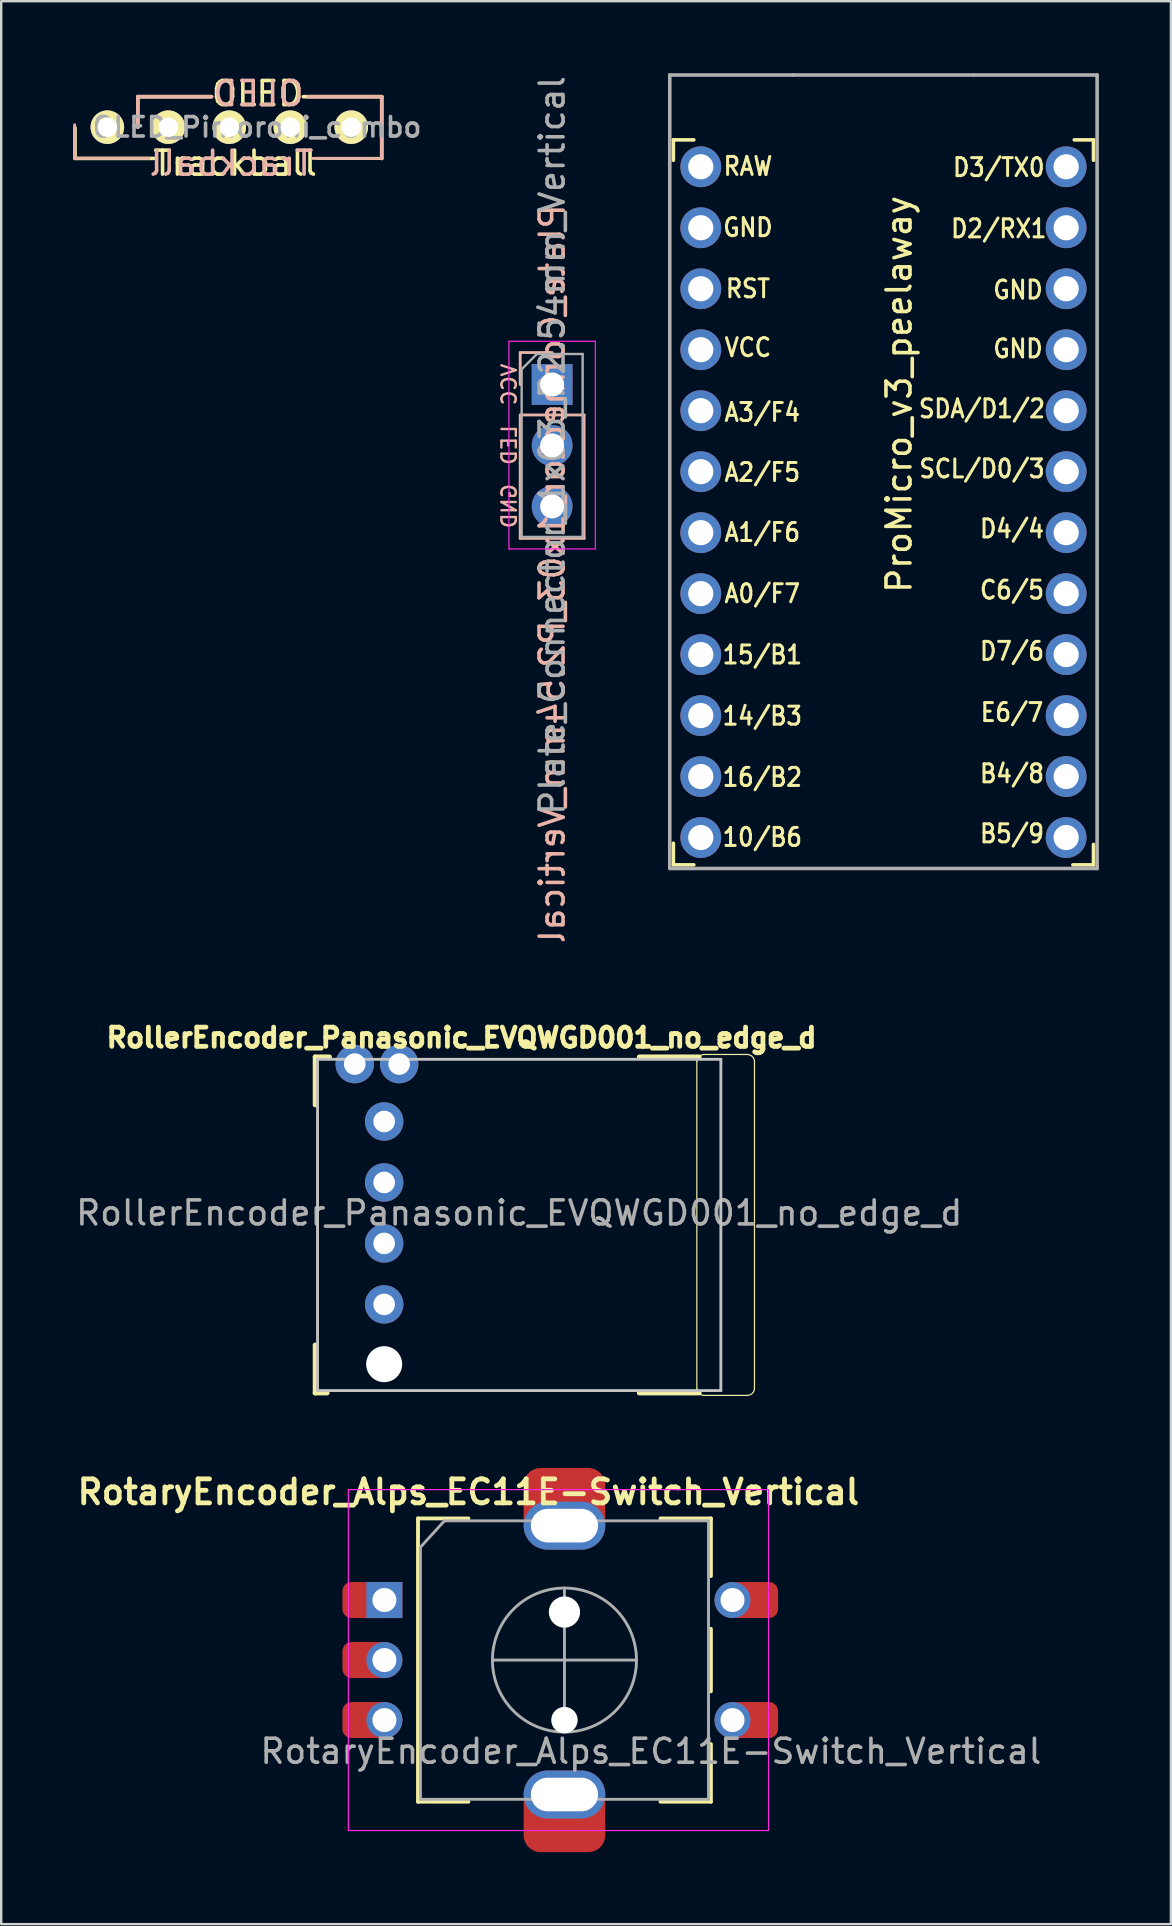
<source format=kicad_pcb>
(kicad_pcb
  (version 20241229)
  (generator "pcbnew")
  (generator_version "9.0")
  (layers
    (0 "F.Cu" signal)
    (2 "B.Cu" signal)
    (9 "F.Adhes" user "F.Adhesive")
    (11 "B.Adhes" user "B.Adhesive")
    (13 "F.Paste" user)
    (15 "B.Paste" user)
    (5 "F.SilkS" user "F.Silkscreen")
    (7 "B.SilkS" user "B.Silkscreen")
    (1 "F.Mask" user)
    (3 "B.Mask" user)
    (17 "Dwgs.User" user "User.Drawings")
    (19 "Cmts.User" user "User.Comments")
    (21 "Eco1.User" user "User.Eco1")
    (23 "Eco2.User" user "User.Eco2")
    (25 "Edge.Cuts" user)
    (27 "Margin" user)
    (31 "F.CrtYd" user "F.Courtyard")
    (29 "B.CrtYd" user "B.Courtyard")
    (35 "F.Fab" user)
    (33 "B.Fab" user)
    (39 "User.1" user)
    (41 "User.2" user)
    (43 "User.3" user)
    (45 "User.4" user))
  (footprint "ProMicro_v3_peelaway"
    (layer "F.Cu")
    (at 33.749 18.375)
    (property "Reference" "ProMicro_v3_peelaway" (at 0.65 -5 270) (layer "F.SilkS") (effects (font (size 1 1) (thickness 0.15))))
    (attr through_hole)
    (fp_line (start -8.75 -15.6) (end -8.75 -14.75) (stroke (width 0.15) (type solid)) (layer "F.SilkS"))
    (fp_line (start -8.75 -15.6) (end -7.9 -15.6) (stroke (width 0.15) (type solid)) (layer "F.SilkS"))
    (fp_line (start -8.75 13.7) (end -8.75 14.6) (stroke (width 0.15) (type solid)) (layer "F.SilkS"))
    (fp_line (start -8.75 14.6) (end -7.9 14.6) (stroke (width 0.15) (type solid)) (layer "F.SilkS"))
    (fp_line (start 8.75 -15.6) (end 7.95 -15.6) (stroke (width 0.15) (type solid)) (layer "F.SilkS"))
    (fp_line (start 8.75 -15.6) (end 8.75 -14.75) (stroke (width 0.15) (type solid)) (layer "F.SilkS"))
    (fp_line (start 8.75 13.75) (end 8.75 14.6) (stroke (width 0.15) (type solid)) (layer "F.SilkS"))
    (fp_line (start 8.75 14.6) (end 7.89 14.6) (stroke (width 0.15) (type solid)) (layer "F.SilkS"))
    (fp_line (start -8.9 -18.3) (end -3.75 -18.3) (stroke (width 0.15) (type solid)) (layer "F.Fab"))
    (fp_line (start -8.9 14.75) (end -8.9 -18.3) (stroke (width 0.15) (type solid)) (layer "F.Fab"))
    (fp_line (start -3.75 -18.3) (end 3.75 -18.3) (stroke (width 0.15) (type solid)) (layer "F.Fab"))
    (fp_line (start 3.76 -18.3) (end 8.9 -18.3) (stroke (width 0.15) (type solid)) (layer "F.Fab"))
    (fp_line (start 8.9 -18.3) (end 8.9 14.75) (stroke (width 0.15) (type solid)) (layer "F.Fab"))
    (fp_line (start 8.9 14.75) (end -8.9 14.75) (stroke (width 0.15) (type solid)) (layer "F.Fab"))
    (fp_text user "D4/4" (at 5.355 0.6 0) (unlocked yes) (layer "F.SilkS") (effects (font (size 0.75 0.67) (thickness 0.125))))
    (fp_text user "D3/TX0" (at 4.805 -14.45 0) (unlocked yes) (layer "F.SilkS") (effects (font (size 0.75 0.67) (thickness 0.125))))
    (fp_text user "GND" (at 5.605 -6.9 0) (unlocked yes) (layer "F.SilkS") (effects (font (size 0.75 0.67) (thickness 0.125))))
    (fp_text user "A1/F6" (at -5.045 0.75 0) (unlocked yes) (layer "F.SilkS") (effects (font (size 0.75 0.67) (thickness 0.125))))
    (fp_text user "16/B2" (at -5.045 10.95 0) (unlocked yes) (layer "F.SilkS") (effects (font (size 0.75 0.67) (thickness 0.125))))
    (fp_text user "C6/5" (at 5.355 3.15 0) (unlocked yes) (layer "F.SilkS") (effects (font (size 0.75 0.67) (thickness 0.125))))
    (fp_text user "RST" (at -5.645 -9.4 0) (unlocked yes) (layer "F.SilkS") (effects (font (size 0.75 0.67) (thickness 0.125))))
    (fp_text user "GND" (at -5.645 -11.95 0) (unlocked yes) (layer "F.SilkS") (effects (font (size 0.75 0.67) (thickness 0.125))))
    (fp_text user "SCL/D0/3" (at 4.105 -1.9 0) (unlocked yes) (layer "F.SilkS") (effects (font (size 0.75 0.67) (thickness 0.125))))
    (fp_text user "D2/RX1" (at 4.805 -11.9 0) (unlocked yes) (layer "F.SilkS") (effects (font (size 0.75 0.67) (thickness 0.125))))
    (fp_text user "RAW" (at -5.645 -14.5 0) (unlocked yes) (layer "F.SilkS") (effects (font (size 0.75 0.67) (thickness 0.125))))
    (fp_text user "15/B1" (at -5.045 5.85 0) (unlocked yes) (layer "F.SilkS") (effects (font (size 0.75 0.67) (thickness 0.125))))
    (fp_text user "A2/F5" (at -5.045 -1.75 0) (unlocked yes) (layer "F.SilkS") (effects (font (size 0.75 0.67) (thickness 0.125))))
    (fp_text user "E6/7" (at 5.355 8.25 0) (unlocked yes) (layer "F.SilkS") (effects (font (size 0.75 0.67) (thickness 0.125))))
    (fp_text user "VCC" (at -5.645 -6.95 0) (unlocked yes) (layer "F.SilkS") (effects (font (size 0.75 0.67) (thickness 0.125))))
    (fp_text user "GND" (at 5.605 -9.35 0) (unlocked yes) (layer "F.SilkS") (effects (font (size 0.75 0.67) (thickness 0.125))))
    (fp_text user "B5/9" (at 5.355 13.3 0) (unlocked yes) (layer "F.SilkS") (effects (font (size 0.75 0.67) (thickness 0.125))))
    (fp_text user "SDA/D1/2" (at 4.105 -4.4 0) (unlocked yes) (layer "F.SilkS") (effects (font (size 0.75 0.67) (thickness 0.125))))
    (fp_text user "A0/F7" (at -5.045 3.3 0) (unlocked yes) (layer "F.SilkS") (effects (font (size 0.75 0.67) (thickness 0.125))))
    (fp_text user "B4/8" (at 5.355 10.8 0) (unlocked yes) (layer "F.SilkS") (effects (font (size 0.75 0.67) (thickness 0.125))))
    (fp_text user "A3/F4" (at -5.045 -4.25 0) (unlocked yes) (layer "F.SilkS") (effects (font (size 0.75 0.67) (thickness 0.125))))
    (fp_text user "10/B6" (at -5.045 13.45 0) (unlocked yes) (layer "F.SilkS") (effects (font (size 0.75 0.67) (thickness 0.125))))
    (fp_text user "14/B3" (at -5.045 8.4 0) (unlocked yes) (layer "F.SilkS") (effects (font (size 0.75 0.67) (thickness 0.125))))
    (fp_text user "D7/6" (at 5.355 5.7 0) (unlocked yes) (layer "F.SilkS") (effects (font (size 0.75 0.67) (thickness 0.125))))
    (pad "1" thru_hole circle (at 7.611 -14.478) (size 1.7 1.7) (drill 1.05) (layers "*.Cu" "B.Mask"))
    (pad "2" thru_hole circle (at 7.611 -11.938) (size 1.7 1.7) (drill 1.05) (layers "*.Cu" "B.Mask"))
    (pad "3" thru_hole circle (at 7.611 -9.398) (size 1.7 1.7) (drill 1.05) (layers "*.Cu" "B.Mask"))
    (pad "4" thru_hole circle (at 7.611 -6.858) (size 1.7 1.7) (drill 1.05) (layers "*.Cu" "B.Mask"))
    (pad "5" thru_hole circle (at 7.611 -4.318) (size 1.7 1.7) (drill 1.05) (layers "*.Cu" "B.Mask"))
    (pad "6" thru_hole circle (at 7.611 -1.778) (size 1.7 1.7) (drill 1.05) (layers "*.Cu" "B.Mask"))
    (pad "7" thru_hole circle (at 7.611 0.762) (size 1.7 1.7) (drill 1.05) (layers "*.Cu" "B.Mask"))
    (pad "8" thru_hole circle (at 7.611 3.302) (size 1.7 1.7) (drill 1.05) (layers "*.Cu" "B.Mask"))
    (pad "9" thru_hole circle (at 7.611 5.842) (size 1.7 1.7) (drill 1.05) (layers "*.Cu" "B.Mask"))
    (pad "10" thru_hole circle (at 7.611 8.382) (size 1.7 1.7) (drill 1.05) (layers "*.Cu" "B.Mask"))
    (pad "11" thru_hole circle (at 7.611 10.922) (size 1.7 1.7) (drill 1.05) (layers "*.Cu" "B.Mask"))
    (pad "12" thru_hole circle (at 7.611 13.462) (size 1.7 1.7) (drill 1.05) (layers "*.Cu" "B.Mask"))
    (pad "13" thru_hole circle (at -7.609 13.462) (size 1.7 1.7) (drill 1.05) (layers "*.Cu" "B.Mask"))
    (pad "14" thru_hole circle (at -7.609 10.922) (size 1.7 1.7) (drill 1.05) (layers "*.Cu" "B.Mask"))
    (pad "15" thru_hole circle (at -7.609 8.382) (size 1.7 1.7) (drill 1.05) (layers "*.Cu" "B.Mask"))
    (pad "16" thru_hole circle (at -7.609 5.842) (size 1.7 1.7) (drill 1.05) (layers "*.Cu" "B.Mask"))
    (pad "17" thru_hole circle (at -7.609 3.302) (size 1.7 1.7) (drill 1.05) (layers "*.Cu" "B.Mask"))
    (pad "18" thru_hole circle (at -7.609 0.762) (size 1.7 1.7) (drill 1.05) (layers "*.Cu" "B.Mask"))
    (pad "19" thru_hole circle (at -7.609 -1.778) (size 1.7 1.7) (drill 1.05) (layers "*.Cu" "B.Mask"))
    (pad "20" thru_hole circle (at -7.609 -4.318) (size 1.7 1.7) (drill 1.05) (layers "*.Cu" "B.Mask"))
    (pad "21" thru_hole circle (at -7.609 -6.858) (size 1.7 1.7) (drill 1.05) (layers "*.Cu" "B.Mask"))
    (pad "22" thru_hole circle (at -7.609 -9.398) (size 1.7 1.7) (drill 1.05) (layers "*.Cu" "B.Mask"))
    (pad "23" thru_hole circle (at -7.609 -11.938) (size 1.7 1.7) (drill 1.05) (layers "*.Cu" "B.Mask"))
    (pad "24" thru_hole circle (at -7.609 -14.478) (size 1.7 1.7) (drill 1.05) (layers "*.Cu" "B.Mask")))
  (footprint "OLED_Pimoroni_combo"
    (layer "F.Cu")
    (at 3.961 2.248)
    (property "Reference" "OLED_Pimoroni_combo" (at 3.7 0 180) (layer "F.Fab") (effects (font (size 0.813 0.813) (thickness 0.15))))
    (attr through_hole)
    (fp_line (start -3.886 1.3) (end -3.886 0.03) (stroke (width 0.15) (type solid)) (layer "F.SilkS"))
    (fp_line (start -3.886 1.3) (end -0.6 1.3) (stroke (width 0.15) (type solid)) (layer "F.SilkS"))
    (fp_line (start -1.27 -1.27) (end 1.8 -1.27) (stroke (width 0.15) (type solid)) (layer "F.SilkS"))
    (fp_line (start -1.27 0) (end -1.27 -1.27) (stroke (width 0.15) (type solid)) (layer "F.SilkS"))
    (fp_line (start 5.625 -1.27) (end 8.89 -1.27) (stroke (width 0.15) (type solid)) (layer "F.SilkS"))
    (fp_line (start 8.89 -1.27) (end 8.89 1.3) (stroke (width 0.15) (type solid)) (layer "F.SilkS"))
    (fp_line (start 8.89 1.3) (end 6.2 1.3) (stroke (width 0.12) (type solid)) (layer "F.SilkS"))
    (fp_line (start 8.9 1.3) (end 8.89 1.3) (stroke (width 0.12) (type solid)) (layer "F.SilkS"))
    (fp_line (start -3.9 1.3) (end -3.9 -0.1) (stroke (width 0.12) (type solid)) (layer "B.SilkS"))
    (fp_line (start -1.27 -1.27) (end 1.8 -1.27) (stroke (width 0.15) (type solid)) (layer "B.SilkS"))
    (fp_line (start -1.27 0) (end -1.27 -1.27) (stroke (width 0.15) (type solid)) (layer "B.SilkS"))
    (fp_line (start -0.8 1.3) (end -3.9 1.3) (stroke (width 0.12) (type solid)) (layer "B.SilkS"))
    (fp_line (start 5.82 -1.27) (end 8.89 -1.27) (stroke (width 0.15) (type solid)) (layer "B.SilkS"))
    (fp_line (start 8.89 -1.27) (end 8.89 1.3) (stroke (width 0.15) (type solid)) (layer "B.SilkS"))
    (fp_line (start 8.9 1.3) (end 6 1.3) (stroke (width 0.12) (type solid)) (layer "B.SilkS"))
    (fp_text user "Trackball" (at 2.784 1.5 0) (layer "F.SilkS") (effects (font (size 1 1) (thickness 0.15))))
    (fp_text user "OLED" (at 3.7 -1.4 0) (layer "F.SilkS") (effects (font (size 1 1) (thickness 0.15))))
    (fp_text user "Trackball" (at 2.632 1.5 0) (layer "B.SilkS") (effects (font (size 1 1) (thickness 0.15)) (justify mirror)))
    (fp_text user "OLED" (at 3.75 -1.4 0) (layer "B.SilkS") (effects (font (size 1 1) (thickness 0.15)) (justify mirror)))
    (pad "1" thru_hole circle (at -2.54 0) (size 1.397 1.397) (drill 0.813) (layers "*.Cu" "B.Mask" "F.SilkS"))
    (pad "2" thru_hole circle (at 0 0) (size 1.397 1.397) (drill 0.813) (layers "*.Cu" "B.Mask" "F.SilkS"))
    (pad "3" thru_hole circle (at 2.54 0) (size 1.397 1.397) (drill 0.813) (layers "*.Cu" "B.Mask" "F.SilkS"))
    (pad "4" thru_hole circle (at 5.08 0) (size 1.397 1.397) (drill 0.813) (layers "*.Cu" "B.Mask" "F.SilkS"))
    (pad "5" thru_hole circle (at 7.62 0) (size 1.397 1.397) (drill 0.813) (layers "*.Cu" "B.Mask" "F.SilkS")))
  (footprint "RollerEncoder_Panasonic_EVQWGD001_no_edge_d"
    (layer "F.Cu")
    (at 18.577 47.474)
    (property "Reference" "RollerEncoder_Panasonic_EVQWGD001_no_edge_d" (at 0 0 180) (layer "F.Fab") (effects (font (size 1 1) (thickness 0.15))))
    (attr through_hole)
    (fp_line (start -8.5 -6.5) (end -8.5 -4.5) (stroke (width 0.2) (type solid)) (layer "F.SilkS"))
    (fp_line (start -8.5 5.5) (end -8.5 7.5) (stroke (width 0.2) (type solid)) (layer "F.SilkS"))
    (fp_line (start -8.5 7.5) (end -8 7.5) (stroke (width 0.2) (type solid)) (layer "F.SilkS"))
    (fp_line (start -7.9 -6.5) (end -8.5 -6.5) (stroke (width 0.2) (type solid)) (layer "F.SilkS"))
    (fp_line (start 5 7.5) (end 7.5 7.5) (stroke (width 0.2) (type solid)) (layer "F.SilkS"))
    (fp_line (start 7.4 -6.3) (end 7.4 7.3) (stroke (width 0.05) (type solid)) (layer "F.SilkS"))
    (fp_line (start 7.5 -6.5) (end 5 -6.5) (stroke (width 0.2) (type solid)) (layer "F.SilkS"))
    (fp_line (start 7.7 7.6) (end 9.5 7.6) (stroke (width 0.05) (type solid)) (layer "F.SilkS"))
    (fp_line (start 9.5 -6.6) (end 7.7 -6.6) (stroke (width 0.05) (type solid)) (layer "F.SilkS"))
    (fp_line (start 9.8 7.3) (end 9.8 -6.3) (stroke (width 0.05) (type solid)) (layer "F.SilkS"))
    (fp_arc (start 7.4 -6.3) (mid 7.487868 -6.512132) (end 7.7 -6.6) (stroke (width 0.05) (type solid)) (layer "F.SilkS"))
    (fp_arc (start 7.7 7.6) (mid 7.487868 7.512132) (end 7.4 7.3) (stroke (width 0.05) (type solid)) (layer "F.SilkS"))
    (fp_arc (start 9.5 -6.6) (mid 9.712132 -6.512132) (end 9.8 -6.3) (stroke (width 0.05) (type solid)) (layer "F.SilkS"))
    (fp_arc (start 9.8 7.3) (mid 9.712132 7.512132) (end 9.5 7.6) (stroke (width 0.05) (type solid)) (layer "F.SilkS"))
    (fp_line (start -8.4 -6.4) (end 8.4 -6.4) (stroke (width 0.12) (type solid)) (layer "Dwgs.User"))
    (fp_line (start -8.4 7.4) (end -8.4 -6.4) (stroke (width 0.12) (type solid)) (layer "Dwgs.User"))
    (fp_line (start 8.4 -6.4) (end 8.4 7.4) (stroke (width 0.12) (type solid)) (layer "Dwgs.User"))
    (fp_line (start 8.4 7.4) (end -8.4 7.4) (stroke (width 0.12) (type solid)) (layer "Dwgs.User"))
    (fp_text user "${REFERENCE}" (at -2.4 -7.3 180) (layer "F.SilkS") (effects (font (size 0.8 0.8) (thickness 0.2))))
    (pad "" thru_hole circle (at -5.625 3.81) (size 1.6 1.6) (drill 0.9) (layers "*.Cu" "B.Mask"))
    (pad "" np_thru_hole circle (at -5.625 6.3) (size 1.5 1.5) (drill 1.5) (layers "*.Cu" "B.Mask"))
    (pad "A" thru_hole circle (at -5.625 -3.81) (size 1.6 1.6) (drill 0.9) (layers "*.Cu" "B.Mask"))
    (pad "B" thru_hole circle (at -5.625 -1.27) (size 1.6 1.6) (drill 0.9) (layers "*.Cu" "B.Mask"))
    (pad "C" thru_hole circle (at -5.625 1.27) (size 1.6 1.6) (drill 0.9) (layers "*.Cu" "B.Mask"))
    (pad "S1" thru_hole circle (at -6.85 -6.2) (size 1.6 1.6) (drill 0.9) (layers "*.Cu" "B.Mask"))
    (pad "S2" thru_hole circle (at -5 -6.2) (size 1.6 1.6) (drill 0.9) (layers "*.Cu" "B.Mask")))
  (footprint "Plate_Connector_1x03_P2.54mm_Vertical"
    (layer "F.Cu")
    (at 19.949 12.966)
    (property "Reference" "Plate_Connector_1x03_P2.54mm_Vertical" (at 0 7.883 90) (layer "B.SilkS") (effects (font (size 1 1) (thickness 0.15)) (justify mirror)))
    (attr through_hole)
    (fp_line (start -1.33 -1.33) (end 0 -1.33) (stroke (width 0.12) (type solid)) (layer "B.SilkS"))
    (fp_line (start -1.33 0) (end -1.33 -1.33) (stroke (width 0.12) (type solid)) (layer "B.SilkS"))
    (fp_line (start -1.33 1.27) (end -1.33 6.41) (stroke (width 0.12) (type solid)) (layer "B.SilkS"))
    (fp_line (start -1.33 1.27) (end 1.33 1.27) (stroke (width 0.12) (type solid)) (layer "B.SilkS"))
    (fp_line (start -1.33 6.41) (end 1.33 6.41) (stroke (width 0.12) (type solid)) (layer "B.SilkS"))
    (fp_line (start 1.33 1.27) (end 1.33 6.41) (stroke (width 0.12) (type solid)) (layer "B.SilkS"))
    (fp_line (start -1.8 -1.8) (end -1.8 6.85) (stroke (width 0.05) (type solid)) (layer "F.CrtYd"))
    (fp_line (start -1.8 6.85) (end 1.8 6.85) (stroke (width 0.05) (type solid)) (layer "F.CrtYd"))
    (fp_line (start 1.8 -1.8) (end -1.8 -1.8) (stroke (width 0.05) (type solid)) (layer "F.CrtYd"))
    (fp_line (start 1.8 6.85) (end 1.8 -1.8) (stroke (width 0.05) (type solid)) (layer "F.CrtYd"))
    (fp_line (start -1.27 -0.635) (end -0.635 -1.27) (stroke (width 0.1) (type solid)) (layer "F.Fab"))
    (fp_line (start -1.27 6.35) (end -1.27 -0.635) (stroke (width 0.1) (type solid)) (layer "F.Fab"))
    (fp_line (start -0.635 -1.27) (end 1.27 -1.27) (stroke (width 0.1) (type solid)) (layer "F.Fab"))
    (fp_line (start 1.27 -1.27) (end 1.27 6.35) (stroke (width 0.1) (type solid)) (layer "F.Fab"))
    (fp_line (start 1.27 6.35) (end -1.27 6.35) (stroke (width 0.1) (type solid)) (layer "F.Fab"))
    (fp_text user "VCC" (at -1.786 0 90) (unlocked yes) (layer "B.SilkS") (effects (font (size 0.6 0.6) (thickness 0.1)) (justify mirror)))
    (fp_text user "LED" (at -1.786 2.525 90) (unlocked yes) (layer "B.SilkS") (effects (font (size 0.6 0.6) (thickness 0.1)) (justify mirror)))
    (fp_text user "GND" (at -1.786 5.065 90) (unlocked yes) (layer "B.SilkS") (effects (font (size 0.6 0.6) (thickness 0.1)) (justify mirror)))
    (fp_text user "${REFERENCE}" (at 0 2.54 90) (layer "F.Fab") (effects (font (size 1 1) (thickness 0.15))))
    (pad "1" thru_hole rect (at 0 0) (size 1.7 1.7) (drill 1) (layers "*.Cu" "*.Mask"))
    (pad "2" thru_hole oval (at 0 2.54) (size 1.7 1.7) (drill 1) (layers "*.Cu" "*.Mask"))
    (pad "3" thru_hole oval (at 0 5.08) (size 1.7 1.7) (drill 1) (layers "*.Cu" "*.Mask")))
  (footprint "RotaryEncoder_Alps_EC11E-Switch_Vertical"
    (layer "F.Cu")
    (at 20.462 66.099)
    (property "Reference" "RotaryEncoder_Alps_EC11E-Switch_Vertical" (at -4 -7 0) (layer "F.SilkS") (effects (font (size 1 1) (thickness 0.2))))
    (attr through_hole)
    (fp_line (start -6.1 -5.9) (end -6.1 5.9) (stroke (width 0.16) (type solid)) (layer "F.SilkS"))
    (fp_line (start -4 -5.9) (end -6.1 -5.9) (stroke (width 0.16) (type solid)) (layer "F.SilkS"))
    (fp_line (start -4 5.9) (end -6.1 5.9) (stroke (width 0.16) (type solid)) (layer "F.SilkS"))
    (fp_line (start 4 -5.9) (end 6.1 -5.9) (stroke (width 0.16) (type solid)) (layer "F.SilkS"))
    (fp_line (start 6.1 -5.9) (end 6.1 -3.5) (stroke (width 0.16) (type solid)) (layer "F.SilkS"))
    (fp_line (start 6.1 -1.3) (end 6.1 1.3) (stroke (width 0.16) (type solid)) (layer "F.SilkS"))
    (fp_line (start 6.1 3.5) (end 6.1 5.9) (stroke (width 0.16) (type solid)) (layer "F.SilkS"))
    (fp_line (start 6.1 5.9) (end 4 5.9) (stroke (width 0.16) (type solid)) (layer "F.SilkS"))
    (fp_line (start -9 -7.1) (end -9 7.1) (stroke (width 0.05) (type solid)) (layer "F.CrtYd"))
    (fp_line (start -9 -7.1) (end 8.5 -7.1) (stroke (width 0.05) (type solid)) (layer "F.CrtYd"))
    (fp_line (start 8.5 7.1) (end -9 7.1) (stroke (width 0.05) (type solid)) (layer "F.CrtYd"))
    (fp_line (start 8.5 7.1) (end 8.5 -7.1) (stroke (width 0.05) (type solid)) (layer "F.CrtYd"))
    (fp_line (start -6 -4.7) (end -5 -5.8) (stroke (width 0.12) (type solid)) (layer "F.Fab"))
    (fp_line (start -6 5.8) (end -6 -4.7) (stroke (width 0.12) (type solid)) (layer "F.Fab"))
    (fp_line (start -5 -5.8) (end 6 -5.8) (stroke (width 0.12) (type solid)) (layer "F.Fab"))
    (fp_line (start -3 0) (end 3 0) (stroke (width 0.12) (type solid)) (layer "F.Fab"))
    (fp_line (start 0 -3) (end 0 3) (stroke (width 0.12) (type solid)) (layer "F.Fab"))
    (fp_line (start 6 -5.8) (end 6 5.8) (stroke (width 0.12) (type solid)) (layer "F.Fab"))
    (fp_line (start 6 5.8) (end -6 5.8) (stroke (width 0.12) (type solid)) (layer "F.Fab"))
    (fp_circle (center 0 0) (end 3 0) (stroke (width 0.12) (type solid)) (fill no) (layer "F.Fab"))
    (fp_text user "${REFERENCE}" (at 3.6 3.8 0) (layer "F.Fab") (effects (font (size 1 1) (thickness 0.15))))
    (pad "" np_thru_hole circle (at 0 -2) (size 1.3 1.3) (drill 1.3) (layers "*.Cu" "*.Mask"))
    (pad "" np_thru_hole circle (at 0 2.5) (size 1.1 1.1) (drill 1.1) (layers "*.Cu" "*.Mask"))
    (pad "A" smd roundrect (at -8.25 -2.5) (size 2 1.5) (layers "F.Cu" "F.Mask") (roundrect_rratio 0.25))
    (pad "A" thru_hole rect (at -7.5 -2.5) (size 1.5 1.5) (drill 1) (layers "*.Cu" "*.Mask"))
    (pad "B" smd roundrect (at -8.25 2.5) (size 2 1.5) (layers "F.Cu" "F.Mask") (roundrect_rratio 0.25))
    (pad "B" thru_hole circle (at -7.5 2.5) (size 1.5 1.5) (drill 1) (layers "*.Cu" "*.Mask"))
    (pad "C" smd roundrect (at -8.25 0) (size 2 1.5) (layers "F.Cu" "F.Mask") (roundrect_rratio 0.25))
    (pad "C" thru_hole circle (at -7.5 0) (size 1.5 1.5) (drill 1) (layers "*.Cu" "*.Mask"))
    (pad "MP" smd roundrect (at 0 -6.6) (size 3.4 2.8) (layers "F.Cu" "F.Mask") (roundrect_rratio 0.25))
    (pad "MP" thru_hole oval (at 0 -5.6) (size 3.4 2) (drill oval 2.8 1.4) (layers "*.Cu" "*.Mask"))
    (pad "MP" thru_hole oval (at 0 5.6) (size 3.4 2) (drill oval 2.8 1.4) (layers "*.Cu" "*.Mask"))
    (pad "MP" smd roundrect (at 0 6.6) (size 3.4 2.8) (layers "F.Cu" "F.Mask") (roundrect_rratio 0.25))
    (pad "S1" thru_hole circle (at 7 2.5) (size 1.5 1.5) (drill 1) (layers "*.Cu" "*.Mask"))
    (pad "S1" smd roundrect (at 7.9 2.5) (size 2 1.5) (layers "F.Cu" "F.Mask") (roundrect_rratio 0.25))
    (pad "S2" thru_hole circle (at 7 -2.5) (size 1.5 1.5) (drill 1) (layers "*.Cu" "*.Mask"))
    (pad "S2" smd roundrect (at 7.9 -2.5) (size 2 1.5) (layers "F.Cu" "F.Mask") (roundrect_rratio 0.25)))
  (gr_rect
    (start -3 -3)
    (end 45.724 77.099)
    (stroke (width 0.1) (type default))
    (fill no)
    (layer "Edge.Cuts")))
</source>
